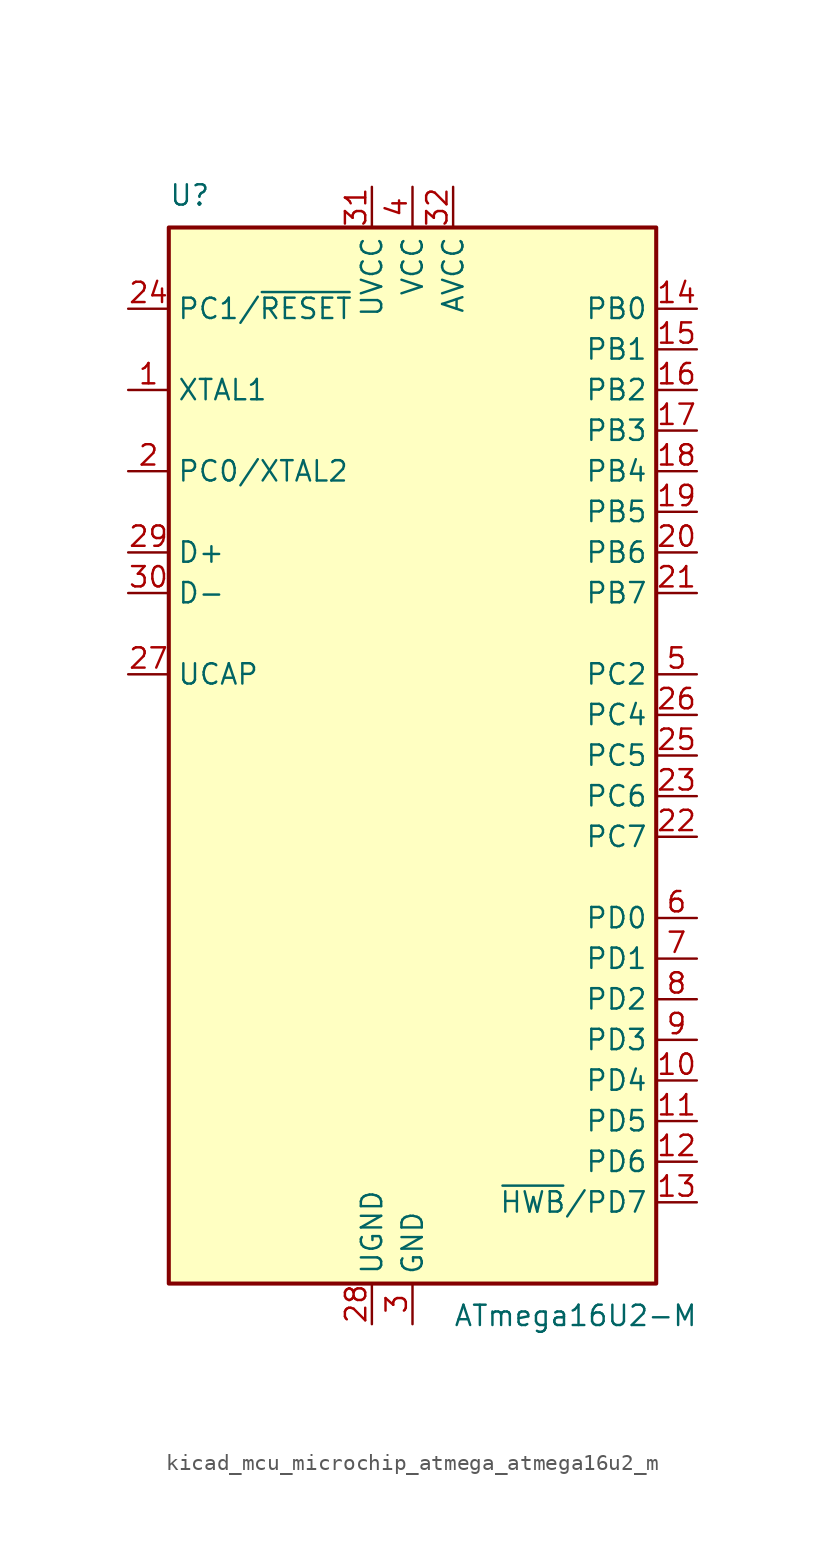
<source format=kicad_sym>
(kicad_symbol_lib
  (version 20220914)
  (generator kicad_symbol_editor)
  (symbol "kicad_mcu_microchip_atmega_atmega16u2_m"
    (property "Reference" "U"
      (at -15.24 34.29 0)
      (effects (font (size 1.27 1.27)) (justify left bottom)))
    (property "Value" "ATmega16U2-M"
      (at 2.54 -34.29 0)
      (effects (font (size 1.27 1.27)) (justify left top)))
    (symbol "kicad_mcu_microchip_atmega_atmega16u2_m_0_1"
      (rectangle (start -15.24 -33.02) (end 15.24 33.02) (stroke (width 0.254) (type default)) (fill (type background))))
    (symbol "kicad_mcu_microchip_atmega_atmega16u2_m_1_1"
      (pin input line (at -17.78 22.86 0) (length 2.54) (name "XTAL1" (effects (font (size 1.27 1.27)))) (number "1" (effects (font (size 1.27 1.27)))))
      (pin bidirectional line (at 17.78 -20.32 180) (length 2.54) (name "PD4" (effects (font (size 1.27 1.27)))) (number "10" (effects (font (size 1.27 1.27)))))
      (pin bidirectional line (at 17.78 -22.86 180) (length 2.54) (name "PD5" (effects (font (size 1.27 1.27)))) (number "11" (effects (font (size 1.27 1.27)))))
      (pin bidirectional line (at 17.78 -25.4 180) (length 2.54) (name "PD6" (effects (font (size 1.27 1.27)))) (number "12" (effects (font (size 1.27 1.27)))))
      (pin bidirectional line (at 17.78 -27.94 180) (length 2.54) (name "~{HWB}/PD7" (effects (font (size 1.27 1.27)))) (number "13" (effects (font (size 1.27 1.27)))))
      (pin bidirectional line (at 17.78 27.94 180) (length 2.54) (name "PB0" (effects (font (size 1.27 1.27)))) (number "14" (effects (font (size 1.27 1.27)))))
      (pin bidirectional line (at 17.78 25.4 180) (length 2.54) (name "PB1" (effects (font (size 1.27 1.27)))) (number "15" (effects (font (size 1.27 1.27)))))
      (pin bidirectional line (at 17.78 22.86 180) (length 2.54) (name "PB2" (effects (font (size 1.27 1.27)))) (number "16" (effects (font (size 1.27 1.27)))))
      (pin bidirectional line (at 17.78 20.32 180) (length 2.54) (name "PB3" (effects (font (size 1.27 1.27)))) (number "17" (effects (font (size 1.27 1.27)))))
      (pin bidirectional line (at 17.78 17.78 180) (length 2.54) (name "PB4" (effects (font (size 1.27 1.27)))) (number "18" (effects (font (size 1.27 1.27)))))
      (pin bidirectional line (at 17.78 15.24 180) (length 2.54) (name "PB5" (effects (font (size 1.27 1.27)))) (number "19" (effects (font (size 1.27 1.27)))))
      (pin bidirectional line (at -17.78 17.78 0) (length 2.54) (name "PC0/XTAL2" (effects (font (size 1.27 1.27)))) (number "2" (effects (font (size 1.27 1.27)))))
      (pin bidirectional line (at 17.78 12.7 180) (length 2.54) (name "PB6" (effects (font (size 1.27 1.27)))) (number "20" (effects (font (size 1.27 1.27)))))
      (pin bidirectional line (at 17.78 10.16 180) (length 2.54) (name "PB7" (effects (font (size 1.27 1.27)))) (number "21" (effects (font (size 1.27 1.27)))))
      (pin bidirectional line (at 17.78 -5.08 180) (length 2.54) (name "PC7" (effects (font (size 1.27 1.27)))) (number "22" (effects (font (size 1.27 1.27)))))
      (pin bidirectional line (at 17.78 -2.54 180) (length 2.54) (name "PC6" (effects (font (size 1.27 1.27)))) (number "23" (effects (font (size 1.27 1.27)))))
      (pin bidirectional line (at -17.78 27.94 0) (length 2.54) (name "PC1/~{RESET}" (effects (font (size 1.27 1.27)))) (number "24" (effects (font (size 1.27 1.27)))))
      (pin bidirectional line (at 17.78 0 180) (length 2.54) (name "PC5" (effects (font (size 1.27 1.27)))) (number "25" (effects (font (size 1.27 1.27)))))
      (pin bidirectional line (at 17.78 2.54 180) (length 2.54) (name "PC4" (effects (font (size 1.27 1.27)))) (number "26" (effects (font (size 1.27 1.27)))))
      (pin passive line (at -17.78 5.08 0) (length 2.54) (name "UCAP" (effects (font (size 1.27 1.27)))) (number "27" (effects (font (size 1.27 1.27)))))
      (pin power_in line (at -2.54 -35.56 90) (length 2.54) (name "UGND" (effects (font (size 1.27 1.27)))) (number "28" (effects (font (size 1.27 1.27)))))
      (pin bidirectional line (at -17.78 12.7 0) (length 2.54) (name "D+" (effects (font (size 1.27 1.27)))) (number "29" (effects (font (size 1.27 1.27)))))
      (pin power_in line (at 0 -35.56 90) (length 2.54) (name "GND" (effects (font (size 1.27 1.27)))) (number "3" (effects (font (size 1.27 1.27)))))
      (pin bidirectional line (at -17.78 10.16 0) (length 2.54) (name "D-" (effects (font (size 1.27 1.27)))) (number "30" (effects (font (size 1.27 1.27)))))
      (pin power_in line (at -2.54 35.56 270) (length 2.54) (name "UVCC" (effects (font (size 1.27 1.27)))) (number "31" (effects (font (size 1.27 1.27)))))
      (pin power_in line (at 2.54 35.56 270) (length 2.54) (name "AVCC" (effects (font (size 1.27 1.27)))) (number "32" (effects (font (size 1.27 1.27)))))
      (pin passive line (at 0 -35.56 90) (length 2.54) hide (name "GND" (effects (font (size 1.27 1.27)))) (number "33" (effects (font (size 1.27 1.27)))))
      (pin power_in line (at 0 35.56 270) (length 2.54) (name "VCC" (effects (font (size 1.27 1.27)))) (number "4" (effects (font (size 1.27 1.27)))))
      (pin bidirectional line (at 17.78 5.08 180) (length 2.54) (name "PC2" (effects (font (size 1.27 1.27)))) (number "5" (effects (font (size 1.27 1.27)))))
      (pin bidirectional line (at 17.78 -10.16 180) (length 2.54) (name "PD0" (effects (font (size 1.27 1.27)))) (number "6" (effects (font (size 1.27 1.27)))))
      (pin bidirectional line (at 17.78 -12.7 180) (length 2.54) (name "PD1" (effects (font (size 1.27 1.27)))) (number "7" (effects (font (size 1.27 1.27)))))
      (pin bidirectional line (at 17.78 -15.24 180) (length 2.54) (name "PD2" (effects (font (size 1.27 1.27)))) (number "8" (effects (font (size 1.27 1.27)))))
      (pin bidirectional line (at 17.78 -17.78 180) (length 2.54) (name "PD3" (effects (font (size 1.27 1.27)))) (number "9" (effects (font (size 1.27 1.27))))))))
</source>
